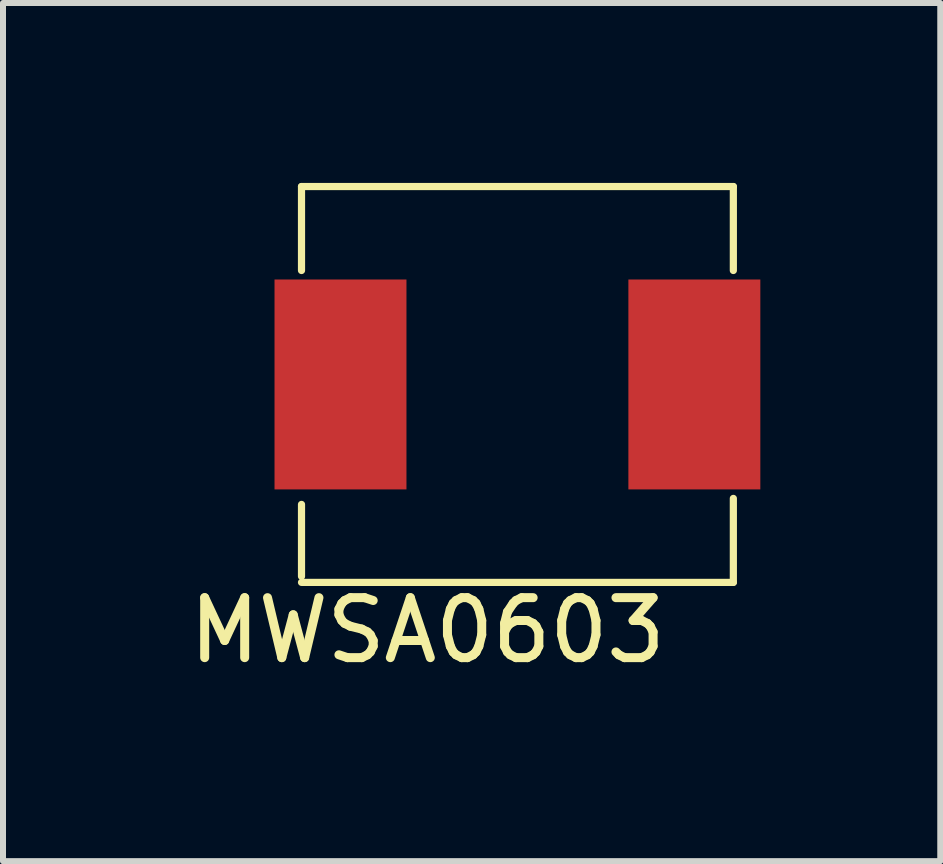
<source format=kicad_pcb>
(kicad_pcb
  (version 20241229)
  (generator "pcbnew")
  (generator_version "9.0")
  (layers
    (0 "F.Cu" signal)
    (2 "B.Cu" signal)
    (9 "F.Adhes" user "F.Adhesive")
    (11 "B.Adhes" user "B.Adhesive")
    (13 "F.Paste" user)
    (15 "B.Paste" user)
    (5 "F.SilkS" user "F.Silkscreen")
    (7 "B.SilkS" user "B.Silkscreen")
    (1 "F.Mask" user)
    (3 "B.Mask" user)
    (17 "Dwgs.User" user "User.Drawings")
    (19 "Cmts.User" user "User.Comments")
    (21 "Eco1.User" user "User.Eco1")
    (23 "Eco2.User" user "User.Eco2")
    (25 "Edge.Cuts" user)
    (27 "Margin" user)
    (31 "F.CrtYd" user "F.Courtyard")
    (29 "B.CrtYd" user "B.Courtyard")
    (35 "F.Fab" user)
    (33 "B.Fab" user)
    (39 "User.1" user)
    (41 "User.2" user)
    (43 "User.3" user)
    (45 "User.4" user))
  (footprint "MWSA0603"
    (layer "F.Cu")
    (at 5.577 3.36)
    (property "Reference" "MWSA0603" (at -1.5 4.1 0) (layer "F.SilkS") (effects (font (size 1 1) (thickness 0.15))))
    (attr through_hole)
    (fp_line (start -3.6 -3.3) (end -3.6 -1.9) (stroke (width 0.12) (type solid)) (layer "F.SilkS"))
    (fp_line (start -3.6 -3.3) (end 3.6 -3.3) (stroke (width 0.12) (type solid)) (layer "F.SilkS"))
    (fp_line (start -3.6 3.2) (end -3.6 2) (stroke (width 0.12) (type solid)) (layer "F.SilkS"))
    (fp_line (start -3.6 3.3) (end 3.6 3.3) (stroke (width 0.12) (type solid)) (layer "F.SilkS"))
    (fp_line (start 3.6 -3.3) (end 3.6 -1.9) (stroke (width 0.12) (type solid)) (layer "F.SilkS"))
    (fp_line (start 3.6 3.3) (end 3.6 1.9) (stroke (width 0.12) (type solid)) (layer "F.SilkS"))
    (pad "1" smd rect (at -2.95 0) (size 2.2 3.5) (layers "F.Cu" "F.Mask" "F.Paste"))
    (pad "2" smd rect (at 2.95 0) (size 2.2 3.5) (layers "F.Cu" "F.Mask" "F.Paste")))
  (gr_rect
    (start -3 -3)
    (end 12.627 11.308)
    (stroke (width 0.1) (type default))
    (fill no)
    (layer "Edge.Cuts")))
</source>
